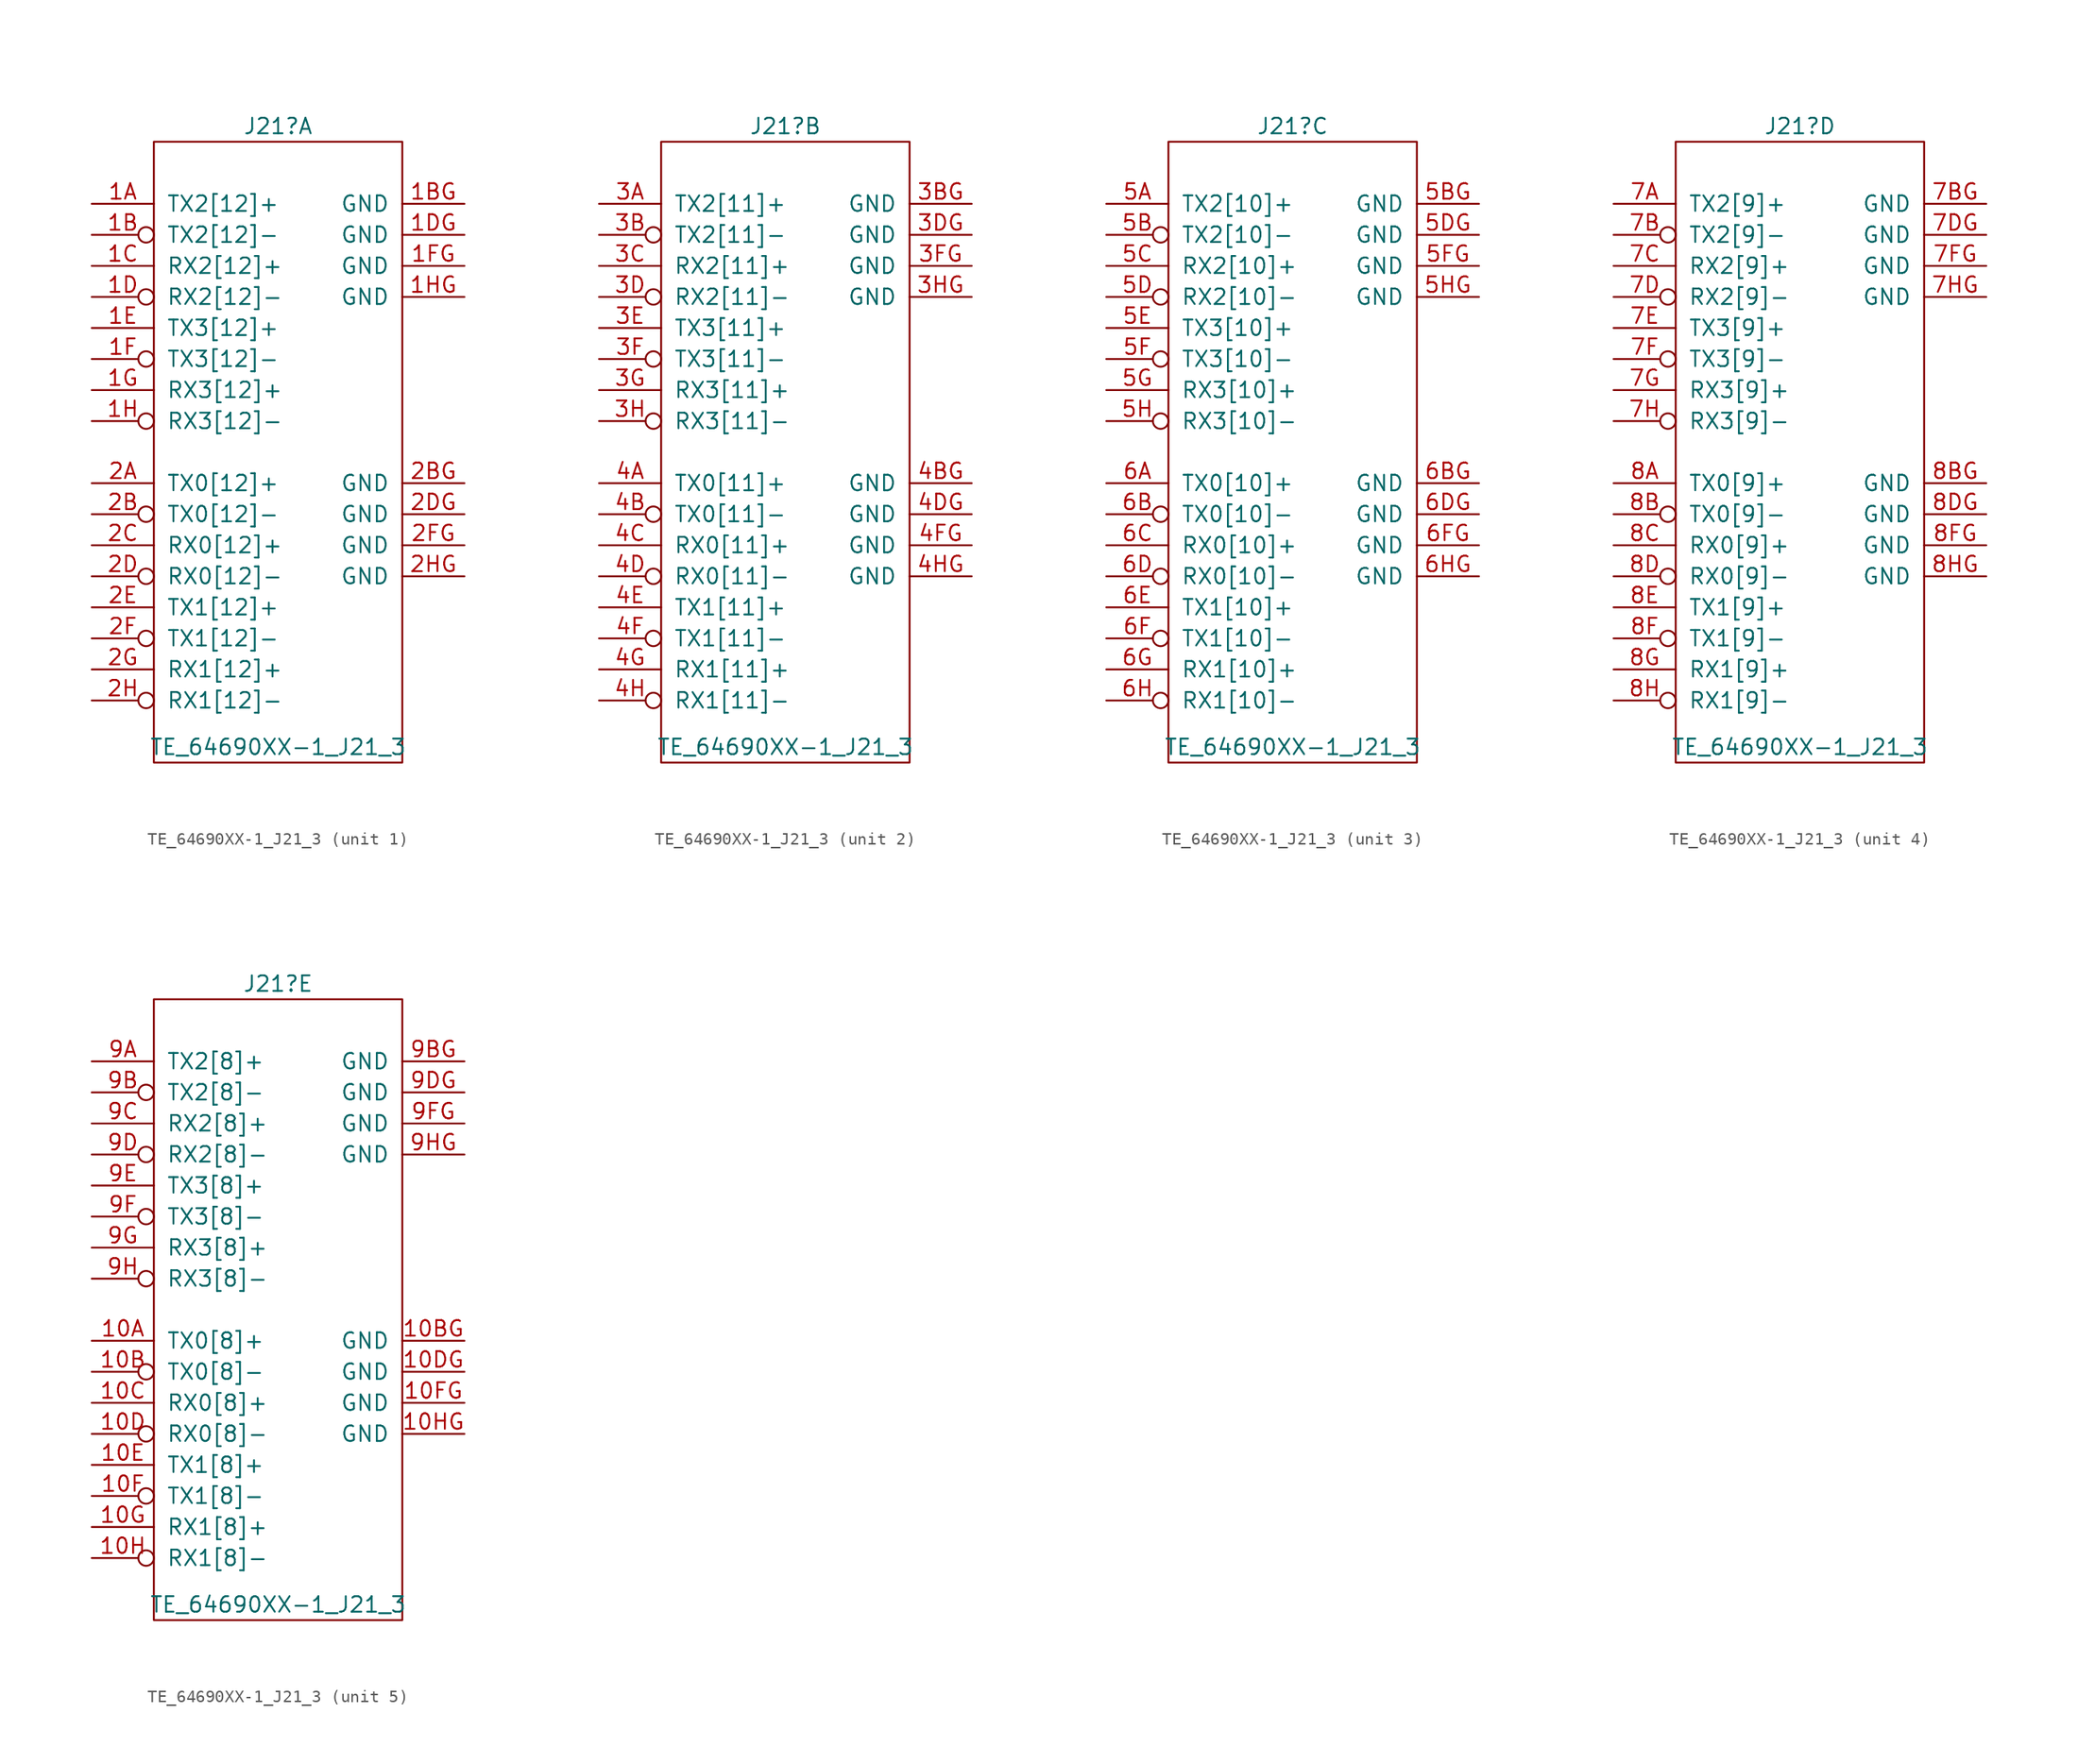
<source format=kicad_sym>
(kicad_symbol_lib
  (version 20220914)
  (generator kicad_symbol_editor)
  (symbol "TE_64690XX-1_J21_3"
    (pin_names
      (offset 1.016))
    (property "Reference" "J21"
      (at 0 26.67 0)
      (effects (font (size 1.27 1.27))))
    (property "Value" "TE_64690XX-1_J21_3"
      (at 0 -24.13 0)
      (effects (font (size 1.27 1.27))))
    (property "ki_locked" ""
      (at 0 0 0)
      (effects (font (size 1.27 1.27))))
    (symbol "TE_64690XX-1_J21_3_1_1"
      (rectangle (start -10.16 25.4) (end 10.16 -25.4) (stroke (width 0) (type default)) (fill (type none)))
      (pin bidirectional line (at -15.24 20.32 0) (length 5.08) (name "TX2[12]+" (effects (font (size 1.27 1.27)))) (number "1A" (effects (font (size 1.27 1.27)))))
      (pin bidirectional inverted (at -15.24 17.78 0) (length 5.08) (name "TX2[12]-" (effects (font (size 1.27 1.27)))) (number "1B" (effects (font (size 1.27 1.27)))))
      (pin passive line (at 15.24 20.32 180) (length 5.08) (name "GND" (effects (font (size 1.27 1.27)))) (number "1BG" (effects (font (size 1.27 1.27)))))
      (pin bidirectional line (at -15.24 15.24 0) (length 5.08) (name "RX2[12]+" (effects (font (size 1.27 1.27)))) (number "1C" (effects (font (size 1.27 1.27)))))
      (pin bidirectional inverted (at -15.24 12.7 0) (length 5.08) (name "RX2[12]-" (effects (font (size 1.27 1.27)))) (number "1D" (effects (font (size 1.27 1.27)))))
      (pin passive line (at 15.24 17.78 180) (length 5.08) (name "GND" (effects (font (size 1.27 1.27)))) (number "1DG" (effects (font (size 1.27 1.27)))))
      (pin bidirectional line (at -15.24 10.16 0) (length 5.08) (name "TX3[12]+" (effects (font (size 1.27 1.27)))) (number "1E" (effects (font (size 1.27 1.27)))))
      (pin bidirectional inverted (at -15.24 7.62 0) (length 5.08) (name "TX3[12]-" (effects (font (size 1.27 1.27)))) (number "1F" (effects (font (size 1.27 1.27)))))
      (pin passive line (at 15.24 15.24 180) (length 5.08) (name "GND" (effects (font (size 1.27 1.27)))) (number "1FG" (effects (font (size 1.27 1.27)))))
      (pin bidirectional line (at -15.24 5.08 0) (length 5.08) (name "RX3[12]+" (effects (font (size 1.27 1.27)))) (number "1G" (effects (font (size 1.27 1.27)))))
      (pin bidirectional inverted (at -15.24 2.54 0) (length 5.08) (name "RX3[12]-" (effects (font (size 1.27 1.27)))) (number "1H" (effects (font (size 1.27 1.27)))))
      (pin passive line (at 15.24 12.7 180) (length 5.08) (name "GND" (effects (font (size 1.27 1.27)))) (number "1HG" (effects (font (size 1.27 1.27)))))
      (pin bidirectional line (at -15.24 -2.54 0) (length 5.08) (name "TX0[12]+" (effects (font (size 1.27 1.27)))) (number "2A" (effects (font (size 1.27 1.27)))))
      (pin bidirectional inverted (at -15.24 -5.08 0) (length 5.08) (name "TX0[12]-" (effects (font (size 1.27 1.27)))) (number "2B" (effects (font (size 1.27 1.27)))))
      (pin passive line (at 15.24 -2.54 180) (length 5.08) (name "GND" (effects (font (size 1.27 1.27)))) (number "2BG" (effects (font (size 1.27 1.27)))))
      (pin bidirectional line (at -15.24 -7.62 0) (length 5.08) (name "RX0[12]+" (effects (font (size 1.27 1.27)))) (number "2C" (effects (font (size 1.27 1.27)))))
      (pin bidirectional inverted (at -15.24 -10.16 0) (length 5.08) (name "RX0[12]-" (effects (font (size 1.27 1.27)))) (number "2D" (effects (font (size 1.27 1.27)))))
      (pin passive line (at 15.24 -5.08 180) (length 5.08) (name "GND" (effects (font (size 1.27 1.27)))) (number "2DG" (effects (font (size 1.27 1.27)))))
      (pin bidirectional line (at -15.24 -12.7 0) (length 5.08) (name "TX1[12]+" (effects (font (size 1.27 1.27)))) (number "2E" (effects (font (size 1.27 1.27)))))
      (pin bidirectional inverted (at -15.24 -15.24 0) (length 5.08) (name "TX1[12]-" (effects (font (size 1.27 1.27)))) (number "2F" (effects (font (size 1.27 1.27)))))
      (pin passive line (at 15.24 -7.62 180) (length 5.08) (name "GND" (effects (font (size 1.27 1.27)))) (number "2FG" (effects (font (size 1.27 1.27)))))
      (pin bidirectional line (at -15.24 -17.78 0) (length 5.08) (name "RX1[12]+" (effects (font (size 1.27 1.27)))) (number "2G" (effects (font (size 1.27 1.27)))))
      (pin bidirectional inverted (at -15.24 -20.32 0) (length 5.08) (name "RX1[12]-" (effects (font (size 1.27 1.27)))) (number "2H" (effects (font (size 1.27 1.27)))))
      (pin passive line (at 15.24 -10.16 180) (length 5.08) (name "GND" (effects (font (size 1.27 1.27)))) (number "2HG" (effects (font (size 1.27 1.27))))))
    (symbol "TE_64690XX-1_J21_3_2_1"
      (rectangle (start -10.16 25.4) (end 10.16 -25.4) (stroke (width 0) (type default)) (fill (type none)))
      (pin bidirectional line (at -15.24 20.32 0) (length 5.08) (name "TX2[11]+" (effects (font (size 1.27 1.27)))) (number "3A" (effects (font (size 1.27 1.27)))))
      (pin bidirectional inverted (at -15.24 17.78 0) (length 5.08) (name "TX2[11]-" (effects (font (size 1.27 1.27)))) (number "3B" (effects (font (size 1.27 1.27)))))
      (pin passive line (at 15.24 20.32 180) (length 5.08) (name "GND" (effects (font (size 1.27 1.27)))) (number "3BG" (effects (font (size 1.27 1.27)))))
      (pin bidirectional line (at -15.24 15.24 0) (length 5.08) (name "RX2[11]+" (effects (font (size 1.27 1.27)))) (number "3C" (effects (font (size 1.27 1.27)))))
      (pin bidirectional inverted (at -15.24 12.7 0) (length 5.08) (name "RX2[11]-" (effects (font (size 1.27 1.27)))) (number "3D" (effects (font (size 1.27 1.27)))))
      (pin passive line (at 15.24 17.78 180) (length 5.08) (name "GND" (effects (font (size 1.27 1.27)))) (number "3DG" (effects (font (size 1.27 1.27)))))
      (pin bidirectional line (at -15.24 10.16 0) (length 5.08) (name "TX3[11]+" (effects (font (size 1.27 1.27)))) (number "3E" (effects (font (size 1.27 1.27)))))
      (pin bidirectional inverted (at -15.24 7.62 0) (length 5.08) (name "TX3[11]-" (effects (font (size 1.27 1.27)))) (number "3F" (effects (font (size 1.27 1.27)))))
      (pin passive line (at 15.24 15.24 180) (length 5.08) (name "GND" (effects (font (size 1.27 1.27)))) (number "3FG" (effects (font (size 1.27 1.27)))))
      (pin bidirectional line (at -15.24 5.08 0) (length 5.08) (name "RX3[11]+" (effects (font (size 1.27 1.27)))) (number "3G" (effects (font (size 1.27 1.27)))))
      (pin bidirectional inverted (at -15.24 2.54 0) (length 5.08) (name "RX3[11]-" (effects (font (size 1.27 1.27)))) (number "3H" (effects (font (size 1.27 1.27)))))
      (pin passive line (at 15.24 12.7 180) (length 5.08) (name "GND" (effects (font (size 1.27 1.27)))) (number "3HG" (effects (font (size 1.27 1.27)))))
      (pin bidirectional line (at -15.24 -2.54 0) (length 5.08) (name "TX0[11]+" (effects (font (size 1.27 1.27)))) (number "4A" (effects (font (size 1.27 1.27)))))
      (pin bidirectional inverted (at -15.24 -5.08 0) (length 5.08) (name "TX0[11]-" (effects (font (size 1.27 1.27)))) (number "4B" (effects (font (size 1.27 1.27)))))
      (pin passive line (at 15.24 -2.54 180) (length 5.08) (name "GND" (effects (font (size 1.27 1.27)))) (number "4BG" (effects (font (size 1.27 1.27)))))
      (pin bidirectional line (at -15.24 -7.62 0) (length 5.08) (name "RX0[11]+" (effects (font (size 1.27 1.27)))) (number "4C" (effects (font (size 1.27 1.27)))))
      (pin bidirectional inverted (at -15.24 -10.16 0) (length 5.08) (name "RX0[11]-" (effects (font (size 1.27 1.27)))) (number "4D" (effects (font (size 1.27 1.27)))))
      (pin passive line (at 15.24 -5.08 180) (length 5.08) (name "GND" (effects (font (size 1.27 1.27)))) (number "4DG" (effects (font (size 1.27 1.27)))))
      (pin bidirectional line (at -15.24 -12.7 0) (length 5.08) (name "TX1[11]+" (effects (font (size 1.27 1.27)))) (number "4E" (effects (font (size 1.27 1.27)))))
      (pin bidirectional inverted (at -15.24 -15.24 0) (length 5.08) (name "TX1[11]-" (effects (font (size 1.27 1.27)))) (number "4F" (effects (font (size 1.27 1.27)))))
      (pin passive line (at 15.24 -7.62 180) (length 5.08) (name "GND" (effects (font (size 1.27 1.27)))) (number "4FG" (effects (font (size 1.27 1.27)))))
      (pin bidirectional line (at -15.24 -17.78 0) (length 5.08) (name "RX1[11]+" (effects (font (size 1.27 1.27)))) (number "4G" (effects (font (size 1.27 1.27)))))
      (pin bidirectional inverted (at -15.24 -20.32 0) (length 5.08) (name "RX1[11]-" (effects (font (size 1.27 1.27)))) (number "4H" (effects (font (size 1.27 1.27)))))
      (pin passive line (at 15.24 -10.16 180) (length 5.08) (name "GND" (effects (font (size 1.27 1.27)))) (number "4HG" (effects (font (size 1.27 1.27))))))
    (symbol "TE_64690XX-1_J21_3_3_1"
      (rectangle (start -10.16 25.4) (end 10.16 -25.4) (stroke (width 0) (type default)) (fill (type none)))
      (pin bidirectional line (at -15.24 20.32 0) (length 5.08) (name "TX2[10]+" (effects (font (size 1.27 1.27)))) (number "5A" (effects (font (size 1.27 1.27)))))
      (pin bidirectional inverted (at -15.24 17.78 0) (length 5.08) (name "TX2[10]-" (effects (font (size 1.27 1.27)))) (number "5B" (effects (font (size 1.27 1.27)))))
      (pin passive line (at 15.24 20.32 180) (length 5.08) (name "GND" (effects (font (size 1.27 1.27)))) (number "5BG" (effects (font (size 1.27 1.27)))))
      (pin bidirectional line (at -15.24 15.24 0) (length 5.08) (name "RX2[10]+" (effects (font (size 1.27 1.27)))) (number "5C" (effects (font (size 1.27 1.27)))))
      (pin bidirectional inverted (at -15.24 12.7 0) (length 5.08) (name "RX2[10]-" (effects (font (size 1.27 1.27)))) (number "5D" (effects (font (size 1.27 1.27)))))
      (pin passive line (at 15.24 17.78 180) (length 5.08) (name "GND" (effects (font (size 1.27 1.27)))) (number "5DG" (effects (font (size 1.27 1.27)))))
      (pin bidirectional line (at -15.24 10.16 0) (length 5.08) (name "TX3[10]+" (effects (font (size 1.27 1.27)))) (number "5E" (effects (font (size 1.27 1.27)))))
      (pin bidirectional inverted (at -15.24 7.62 0) (length 5.08) (name "TX3[10]-" (effects (font (size 1.27 1.27)))) (number "5F" (effects (font (size 1.27 1.27)))))
      (pin passive line (at 15.24 15.24 180) (length 5.08) (name "GND" (effects (font (size 1.27 1.27)))) (number "5FG" (effects (font (size 1.27 1.27)))))
      (pin bidirectional line (at -15.24 5.08 0) (length 5.08) (name "RX3[10]+" (effects (font (size 1.27 1.27)))) (number "5G" (effects (font (size 1.27 1.27)))))
      (pin bidirectional inverted (at -15.24 2.54 0) (length 5.08) (name "RX3[10]-" (effects (font (size 1.27 1.27)))) (number "5H" (effects (font (size 1.27 1.27)))))
      (pin passive line (at 15.24 12.7 180) (length 5.08) (name "GND" (effects (font (size 1.27 1.27)))) (number "5HG" (effects (font (size 1.27 1.27)))))
      (pin bidirectional line (at -15.24 -2.54 0) (length 5.08) (name "TX0[10]+" (effects (font (size 1.27 1.27)))) (number "6A" (effects (font (size 1.27 1.27)))))
      (pin bidirectional inverted (at -15.24 -5.08 0) (length 5.08) (name "TX0[10]-" (effects (font (size 1.27 1.27)))) (number "6B" (effects (font (size 1.27 1.27)))))
      (pin passive line (at 15.24 -2.54 180) (length 5.08) (name "GND" (effects (font (size 1.27 1.27)))) (number "6BG" (effects (font (size 1.27 1.27)))))
      (pin bidirectional line (at -15.24 -7.62 0) (length 5.08) (name "RX0[10]+" (effects (font (size 1.27 1.27)))) (number "6C" (effects (font (size 1.27 1.27)))))
      (pin bidirectional inverted (at -15.24 -10.16 0) (length 5.08) (name "RX0[10]-" (effects (font (size 1.27 1.27)))) (number "6D" (effects (font (size 1.27 1.27)))))
      (pin passive line (at 15.24 -5.08 180) (length 5.08) (name "GND" (effects (font (size 1.27 1.27)))) (number "6DG" (effects (font (size 1.27 1.27)))))
      (pin bidirectional line (at -15.24 -12.7 0) (length 5.08) (name "TX1[10]+" (effects (font (size 1.27 1.27)))) (number "6E" (effects (font (size 1.27 1.27)))))
      (pin bidirectional inverted (at -15.24 -15.24 0) (length 5.08) (name "TX1[10]-" (effects (font (size 1.27 1.27)))) (number "6F" (effects (font (size 1.27 1.27)))))
      (pin passive line (at 15.24 -7.62 180) (length 5.08) (name "GND" (effects (font (size 1.27 1.27)))) (number "6FG" (effects (font (size 1.27 1.27)))))
      (pin bidirectional line (at -15.24 -17.78 0) (length 5.08) (name "RX1[10]+" (effects (font (size 1.27 1.27)))) (number "6G" (effects (font (size 1.27 1.27)))))
      (pin bidirectional inverted (at -15.24 -20.32 0) (length 5.08) (name "RX1[10]-" (effects (font (size 1.27 1.27)))) (number "6H" (effects (font (size 1.27 1.27)))))
      (pin passive line (at 15.24 -10.16 180) (length 5.08) (name "GND" (effects (font (size 1.27 1.27)))) (number "6HG" (effects (font (size 1.27 1.27))))))
    (symbol "TE_64690XX-1_J21_3_4_1"
      (rectangle (start -10.16 25.4) (end 10.16 -25.4) (stroke (width 0) (type default)) (fill (type none)))
      (pin bidirectional line (at -15.24 20.32 0) (length 5.08) (name "TX2[9]+" (effects (font (size 1.27 1.27)))) (number "7A" (effects (font (size 1.27 1.27)))))
      (pin bidirectional inverted (at -15.24 17.78 0) (length 5.08) (name "TX2[9]-" (effects (font (size 1.27 1.27)))) (number "7B" (effects (font (size 1.27 1.27)))))
      (pin passive line (at 15.24 20.32 180) (length 5.08) (name "GND" (effects (font (size 1.27 1.27)))) (number "7BG" (effects (font (size 1.27 1.27)))))
      (pin bidirectional line (at -15.24 15.24 0) (length 5.08) (name "RX2[9]+" (effects (font (size 1.27 1.27)))) (number "7C" (effects (font (size 1.27 1.27)))))
      (pin bidirectional inverted (at -15.24 12.7 0) (length 5.08) (name "RX2[9]-" (effects (font (size 1.27 1.27)))) (number "7D" (effects (font (size 1.27 1.27)))))
      (pin passive line (at 15.24 17.78 180) (length 5.08) (name "GND" (effects (font (size 1.27 1.27)))) (number "7DG" (effects (font (size 1.27 1.27)))))
      (pin bidirectional line (at -15.24 10.16 0) (length 5.08) (name "TX3[9]+" (effects (font (size 1.27 1.27)))) (number "7E" (effects (font (size 1.27 1.27)))))
      (pin bidirectional inverted (at -15.24 7.62 0) (length 5.08) (name "TX3[9]-" (effects (font (size 1.27 1.27)))) (number "7F" (effects (font (size 1.27 1.27)))))
      (pin passive line (at 15.24 15.24 180) (length 5.08) (name "GND" (effects (font (size 1.27 1.27)))) (number "7FG" (effects (font (size 1.27 1.27)))))
      (pin bidirectional line (at -15.24 5.08 0) (length 5.08) (name "RX3[9]+" (effects (font (size 1.27 1.27)))) (number "7G" (effects (font (size 1.27 1.27)))))
      (pin bidirectional inverted (at -15.24 2.54 0) (length 5.08) (name "RX3[9]-" (effects (font (size 1.27 1.27)))) (number "7H" (effects (font (size 1.27 1.27)))))
      (pin passive line (at 15.24 12.7 180) (length 5.08) (name "GND" (effects (font (size 1.27 1.27)))) (number "7HG" (effects (font (size 1.27 1.27)))))
      (pin bidirectional line (at -15.24 -2.54 0) (length 5.08) (name "TX0[9]+" (effects (font (size 1.27 1.27)))) (number "8A" (effects (font (size 1.27 1.27)))))
      (pin bidirectional inverted (at -15.24 -5.08 0) (length 5.08) (name "TX0[9]-" (effects (font (size 1.27 1.27)))) (number "8B" (effects (font (size 1.27 1.27)))))
      (pin passive line (at 15.24 -2.54 180) (length 5.08) (name "GND" (effects (font (size 1.27 1.27)))) (number "8BG" (effects (font (size 1.27 1.27)))))
      (pin bidirectional line (at -15.24 -7.62 0) (length 5.08) (name "RX0[9]+" (effects (font (size 1.27 1.27)))) (number "8C" (effects (font (size 1.27 1.27)))))
      (pin bidirectional inverted (at -15.24 -10.16 0) (length 5.08) (name "RX0[9]-" (effects (font (size 1.27 1.27)))) (number "8D" (effects (font (size 1.27 1.27)))))
      (pin passive line (at 15.24 -5.08 180) (length 5.08) (name "GND" (effects (font (size 1.27 1.27)))) (number "8DG" (effects (font (size 1.27 1.27)))))
      (pin bidirectional line (at -15.24 -12.7 0) (length 5.08) (name "TX1[9]+" (effects (font (size 1.27 1.27)))) (number "8E" (effects (font (size 1.27 1.27)))))
      (pin bidirectional inverted (at -15.24 -15.24 0) (length 5.08) (name "TX1[9]-" (effects (font (size 1.27 1.27)))) (number "8F" (effects (font (size 1.27 1.27)))))
      (pin passive line (at 15.24 -7.62 180) (length 5.08) (name "GND" (effects (font (size 1.27 1.27)))) (number "8FG" (effects (font (size 1.27 1.27)))))
      (pin bidirectional line (at -15.24 -17.78 0) (length 5.08) (name "RX1[9]+" (effects (font (size 1.27 1.27)))) (number "8G" (effects (font (size 1.27 1.27)))))
      (pin bidirectional inverted (at -15.24 -20.32 0) (length 5.08) (name "RX1[9]-" (effects (font (size 1.27 1.27)))) (number "8H" (effects (font (size 1.27 1.27)))))
      (pin passive line (at 15.24 -10.16 180) (length 5.08) (name "GND" (effects (font (size 1.27 1.27)))) (number "8HG" (effects (font (size 1.27 1.27))))))
    (symbol "TE_64690XX-1_J21_3_5_1"
      (rectangle (start -10.16 25.4) (end 10.16 -25.4) (stroke (width 0) (type default)) (fill (type none)))
      (pin bidirectional line (at -15.24 -2.54 0) (length 5.08) (name "TX0[8]+" (effects (font (size 1.27 1.27)))) (number "10A" (effects (font (size 1.27 1.27)))))
      (pin bidirectional inverted (at -15.24 -5.08 0) (length 5.08) (name "TX0[8]-" (effects (font (size 1.27 1.27)))) (number "10B" (effects (font (size 1.27 1.27)))))
      (pin passive line (at 15.24 -2.54 180) (length 5.08) (name "GND" (effects (font (size 1.27 1.27)))) (number "10BG" (effects (font (size 1.27 1.27)))))
      (pin bidirectional line (at -15.24 -7.62 0) (length 5.08) (name "RX0[8]+" (effects (font (size 1.27 1.27)))) (number "10C" (effects (font (size 1.27 1.27)))))
      (pin bidirectional inverted (at -15.24 -10.16 0) (length 5.08) (name "RX0[8]-" (effects (font (size 1.27 1.27)))) (number "10D" (effects (font (size 1.27 1.27)))))
      (pin passive line (at 15.24 -5.08 180) (length 5.08) (name "GND" (effects (font (size 1.27 1.27)))) (number "10DG" (effects (font (size 1.27 1.27)))))
      (pin bidirectional line (at -15.24 -12.7 0) (length 5.08) (name "TX1[8]+" (effects (font (size 1.27 1.27)))) (number "10E" (effects (font (size 1.27 1.27)))))
      (pin bidirectional inverted (at -15.24 -15.24 0) (length 5.08) (name "TX1[8]-" (effects (font (size 1.27 1.27)))) (number "10F" (effects (font (size 1.27 1.27)))))
      (pin passive line (at 15.24 -7.62 180) (length 5.08) (name "GND" (effects (font (size 1.27 1.27)))) (number "10FG" (effects (font (size 1.27 1.27)))))
      (pin bidirectional line (at -15.24 -17.78 0) (length 5.08) (name "RX1[8]+" (effects (font (size 1.27 1.27)))) (number "10G" (effects (font (size 1.27 1.27)))))
      (pin bidirectional inverted (at -15.24 -20.32 0) (length 5.08) (name "RX1[8]-" (effects (font (size 1.27 1.27)))) (number "10H" (effects (font (size 1.27 1.27)))))
      (pin passive line (at 15.24 -10.16 180) (length 5.08) (name "GND" (effects (font (size 1.27 1.27)))) (number "10HG" (effects (font (size 1.27 1.27)))))
      (pin bidirectional line (at -15.24 20.32 0) (length 5.08) (name "TX2[8]+" (effects (font (size 1.27 1.27)))) (number "9A" (effects (font (size 1.27 1.27)))))
      (pin bidirectional inverted (at -15.24 17.78 0) (length 5.08) (name "TX2[8]-" (effects (font (size 1.27 1.27)))) (number "9B" (effects (font (size 1.27 1.27)))))
      (pin passive line (at 15.24 20.32 180) (length 5.08) (name "GND" (effects (font (size 1.27 1.27)))) (number "9BG" (effects (font (size 1.27 1.27)))))
      (pin bidirectional line (at -15.24 15.24 0) (length 5.08) (name "RX2[8]+" (effects (font (size 1.27 1.27)))) (number "9C" (effects (font (size 1.27 1.27)))))
      (pin bidirectional inverted (at -15.24 12.7 0) (length 5.08) (name "RX2[8]-" (effects (font (size 1.27 1.27)))) (number "9D" (effects (font (size 1.27 1.27)))))
      (pin passive line (at 15.24 17.78 180) (length 5.08) (name "GND" (effects (font (size 1.27 1.27)))) (number "9DG" (effects (font (size 1.27 1.27)))))
      (pin bidirectional line (at -15.24 10.16 0) (length 5.08) (name "TX3[8]+" (effects (font (size 1.27 1.27)))) (number "9E" (effects (font (size 1.27 1.27)))))
      (pin bidirectional inverted (at -15.24 7.62 0) (length 5.08) (name "TX3[8]-" (effects (font (size 1.27 1.27)))) (number "9F" (effects (font (size 1.27 1.27)))))
      (pin passive line (at 15.24 15.24 180) (length 5.08) (name "GND" (effects (font (size 1.27 1.27)))) (number "9FG" (effects (font (size 1.27 1.27)))))
      (pin bidirectional line (at -15.24 5.08 0) (length 5.08) (name "RX3[8]+" (effects (font (size 1.27 1.27)))) (number "9G" (effects (font (size 1.27 1.27)))))
      (pin bidirectional inverted (at -15.24 2.54 0) (length 5.08) (name "RX3[8]-" (effects (font (size 1.27 1.27)))) (number "9H" (effects (font (size 1.27 1.27)))))
      (pin passive line (at 15.24 12.7 180) (length 5.08) (name "GND" (effects (font (size 1.27 1.27)))) (number "9HG" (effects (font (size 1.27 1.27))))))))
</source>
